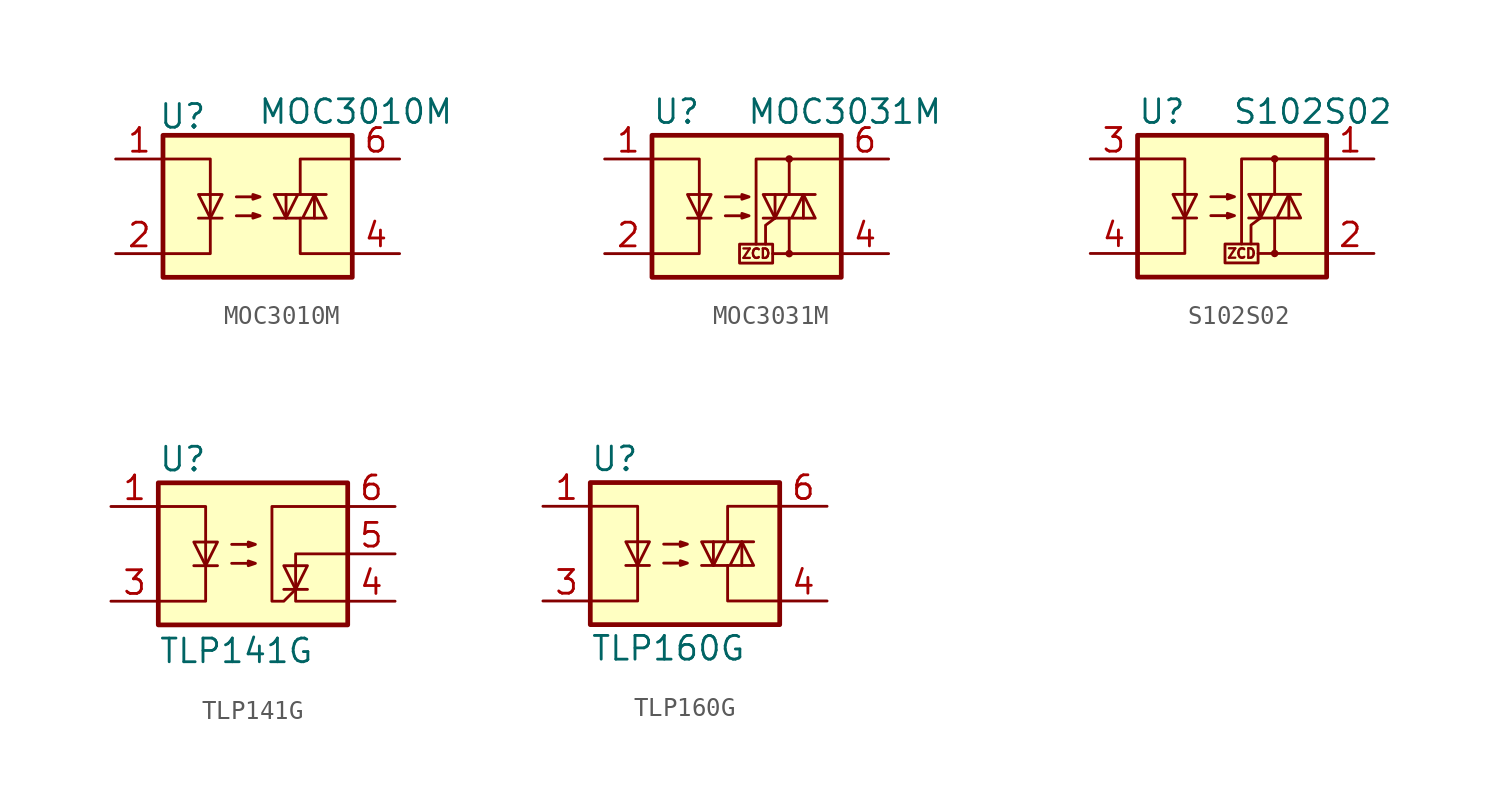
<source format=kicad_sym>
(kicad_symbol_lib
  (version 20211014)
  (generator kicad_symbol_editor)
  (symbol "MOC3010M"
    (property "Reference" "U"
      (at -5.334 4.826 0)
      (effects (font (size 1.27 1.27)) (justify left)))
    (property "Value" "MOC3010M"
      (at 0 5.08 0)
      (effects (font (size 1.27 1.27)) (justify left)))
    (symbol "MOC3010M_0_1"
      (rectangle (start -5.08 3.81) (end 5.08 -3.81) (stroke (width 0.254) (type default) (color 0 0 0 0)) (fill (type background)))
      (polyline (pts (xy -3.175 -0.635) (xy -1.905 -0.635)) (stroke (width 0) (type default) (color 0 0 0 0)) (fill (type none)))
      (polyline (pts (xy 1.524 -0.635) (xy 1.524 0.635)) (stroke (width 0) (type default) (color 0 0 0 0)) (fill (type none)))
      (polyline (pts (xy 3.048 0.635) (xy 3.048 -0.635)) (stroke (width 0) (type default) (color 0 0 0 0)) (fill (type none)))
      (polyline (pts (xy 2.286 -0.635) (xy 2.286 -2.54) (xy 5.08 -2.54)) (stroke (width 0) (type default) (color 0 0 0 0)) (fill (type none)))
      (polyline (pts (xy 2.286 0.635) (xy 2.286 2.54) (xy 5.08 2.54)) (stroke (width 0) (type default) (color 0 0 0 0)) (fill (type none)))
      (polyline (pts (xy -5.08 2.54) (xy -2.54 2.54) (xy -2.54 -2.54) (xy -5.08 -2.54)) (stroke (width 0) (type default) (color 0 0 0 0)) (fill (type none)))
      (polyline (pts (xy -2.54 -0.635) (xy -3.175 0.635) (xy -1.905 0.635) (xy -2.54 -0.635)) (stroke (width 0) (type default) (color 0 0 0 0)) (fill (type none)))
      (polyline (pts (xy 0.889 -0.635) (xy 3.683 -0.635) (xy 3.048 0.635) (xy 2.413 -0.635)) (stroke (width 0) (type default) (color 0 0 0 0)) (fill (type none)))
      (polyline (pts (xy 3.683 0.635) (xy 0.889 0.635) (xy 1.524 -0.635) (xy 2.159 0.635)) (stroke (width 0) (type default) (color 0 0 0 0)) (fill (type none)))
      (polyline (pts (xy -1.143 -0.508) (xy 0.127 -0.508) (xy -0.254 -0.635) (xy -0.254 -0.381) (xy 0.127 -0.508)) (stroke (width 0) (type default) (color 0 0 0 0)) (fill (type none)))
      (polyline (pts (xy -1.143 0.508) (xy 0.127 0.508) (xy -0.254 0.381) (xy -0.254 0.635) (xy 0.127 0.508)) (stroke (width 0) (type default) (color 0 0 0 0)) (fill (type none))))
    (symbol "MOC3010M_1_1"
      (pin passive line (at -7.62 2.54 0) (length 2.54) (name "~" (effects (font (size 1.27 1.27)))) (number "1" (effects (font (size 1.27 1.27)))))
      (pin passive line (at -7.62 -2.54 0) (length 2.54) (name "~" (effects (font (size 1.27 1.27)))) (number "2" (effects (font (size 1.27 1.27)))))
      (pin no_connect line (at -5.08 0 0) (length 2.54) hide (name "NC" (effects (font (size 1.27 1.27)))) (number "3" (effects (font (size 1.27 1.27)))))
      (pin passive line (at 7.62 -2.54 180) (length 2.54) (name "~" (effects (font (size 1.27 1.27)))) (number "4" (effects (font (size 1.27 1.27)))))
      (pin no_connect line (at 5.08 0 180) (length 2.54) hide (name "NC" (effects (font (size 1.27 1.27)))) (number "5" (effects (font (size 1.27 1.27)))))
      (pin passive line (at 7.62 2.54 180) (length 2.54) (name "~" (effects (font (size 1.27 1.27)))) (number "6" (effects (font (size 1.27 1.27)))))))
  (symbol "MOC3031M"
    (property "Reference" "U"
      (at -5.08 5.08 0)
      (effects (font (size 1.27 1.27)) (justify left)))
    (property "Value" "MOC3031M"
      (at 0 5.08 0)
      (effects (font (size 1.27 1.27)) (justify left)))
    (symbol "MOC3031M_0_0"
      (rectangle (start -0.381 -2.032) (end 1.397 -3.048) (stroke (width 0) (type default) (color 0 0 0 0)) (fill (type none)))
      (polyline (pts (xy 2.286 -2.54) (xy 1.397 -2.54)) (stroke (width 0) (type default) (color 0 0 0 0)) (fill (type none)))
      (polyline (pts (xy 1.524 -0.635) (xy 1.016 -1.016) (xy 1.016 -2.032)) (stroke (width 0) (type default) (color 0 0 0 0)) (fill (type none)))
      (text "ZCD" (at 0.508 -2.54 0) (effects (font (size 0.508 0.508)))))
    (symbol "MOC3031M_0_1"
      (rectangle (start -5.08 3.81) (end 5.08 -3.81) (stroke (width 0.254) (type default) (color 0 0 0 0)) (fill (type background)))
      (polyline (pts (xy -3.175 -0.635) (xy -1.905 -0.635)) (stroke (width 0) (type default) (color 0 0 0 0)) (fill (type none)))
      (polyline (pts (xy 1.524 -0.635) (xy 1.524 0.635)) (stroke (width 0) (type default) (color 0 0 0 0)) (fill (type none)))
      (polyline (pts (xy 3.048 0.635) (xy 3.048 -0.635)) (stroke (width 0) (type default) (color 0 0 0 0)) (fill (type none)))
      (polyline (pts (xy 2.286 -0.635) (xy 2.286 -2.54) (xy 5.08 -2.54)) (stroke (width 0) (type default) (color 0 0 0 0)) (fill (type none)))
      (polyline (pts (xy 2.286 0.635) (xy 2.286 2.54) (xy 5.08 2.54)) (stroke (width 0) (type default) (color 0 0 0 0)) (fill (type none)))
      (polyline (pts (xy 2.286 2.54) (xy 0.508 2.54) (xy 0.508 -2.032)) (stroke (width 0) (type default) (color 0 0 0 0)) (fill (type none)))
      (polyline (pts (xy -5.08 2.54) (xy -2.54 2.54) (xy -2.54 -2.54) (xy -5.08 -2.54)) (stroke (width 0) (type default) (color 0 0 0 0)) (fill (type none)))
      (polyline (pts (xy -2.54 -0.635) (xy -3.175 0.635) (xy -1.905 0.635) (xy -2.54 -0.635)) (stroke (width 0) (type default) (color 0 0 0 0)) (fill (type none)))
      (polyline (pts (xy 0.889 -0.635) (xy 3.683 -0.635) (xy 3.048 0.635) (xy 2.413 -0.635)) (stroke (width 0) (type default) (color 0 0 0 0)) (fill (type none)))
      (polyline (pts (xy 3.683 0.635) (xy 0.889 0.635) (xy 1.524 -0.635) (xy 2.159 0.635)) (stroke (width 0) (type default) (color 0 0 0 0)) (fill (type none)))
      (polyline (pts (xy -1.143 -0.508) (xy 0.127 -0.508) (xy -0.254 -0.635) (xy -0.254 -0.381) (xy 0.127 -0.508)) (stroke (width 0) (type default) (color 0 0 0 0)) (fill (type none)))
      (polyline (pts (xy -1.143 0.508) (xy 0.127 0.508) (xy -0.254 0.381) (xy -0.254 0.635) (xy 0.127 0.508)) (stroke (width 0) (type default) (color 0 0 0 0)) (fill (type none)))
      (circle (center 2.286 -2.54) (radius 0.127) (stroke (width 0) (type default) (color 0 0 0 0)) (fill (type none)))
      (circle (center 2.286 2.54) (radius 0.127) (stroke (width 0) (type default) (color 0 0 0 0)) (fill (type none))))
    (symbol "MOC3031M_1_1"
      (pin passive line (at -7.62 2.54 0) (length 2.54) (name "~" (effects (font (size 1.27 1.27)))) (number "1" (effects (font (size 1.27 1.27)))))
      (pin passive line (at -7.62 -2.54 0) (length 2.54) (name "~" (effects (font (size 1.27 1.27)))) (number "2" (effects (font (size 1.27 1.27)))))
      (pin no_connect line (at -5.08 0 0) (length 2.54) hide (name "NC" (effects (font (size 1.27 1.27)))) (number "3" (effects (font (size 1.27 1.27)))))
      (pin passive line (at 7.62 -2.54 180) (length 2.54) (name "~" (effects (font (size 1.27 1.27)))) (number "4" (effects (font (size 1.27 1.27)))))
      (pin no_connect line (at 5.08 0 180) (length 2.54) hide (name "NC" (effects (font (size 1.27 1.27)))) (number "5" (effects (font (size 1.27 1.27)))))
      (pin passive line (at 7.62 2.54 180) (length 2.54) (name "~" (effects (font (size 1.27 1.27)))) (number "6" (effects (font (size 1.27 1.27)))))))
  (symbol "S102S02"
    (property "Reference" "U"
      (at -5.08 5.08 0)
      (effects (font (size 1.27 1.27)) (justify left)))
    (property "Value" "S102S02"
      (at 0 5.08 0)
      (effects (font (size 1.27 1.27)) (justify left)))
    (symbol "S102S02_0_0"
      (rectangle (start -0.381 -2.032) (end 1.397 -3.048) (stroke (width 0) (type default) (color 0 0 0 0)) (fill (type none)))
      (polyline (pts (xy 2.286 -2.54) (xy 1.397 -2.54)) (stroke (width 0) (type default) (color 0 0 0 0)) (fill (type none)))
      (polyline (pts (xy 1.524 -0.635) (xy 1.016 -1.016) (xy 1.016 -2.032)) (stroke (width 0) (type default) (color 0 0 0 0)) (fill (type none)))
      (text "ZCD" (at 0.508 -2.54 0) (effects (font (size 0.508 0.508)))))
    (symbol "S102S02_0_1"
      (rectangle (start -5.08 3.81) (end 5.08 -3.81) (stroke (width 0.254) (type default) (color 0 0 0 0)) (fill (type background)))
      (polyline (pts (xy -3.175 -0.635) (xy -1.905 -0.635)) (stroke (width 0) (type default) (color 0 0 0 0)) (fill (type none)))
      (polyline (pts (xy 1.524 -0.635) (xy 1.524 0.635)) (stroke (width 0) (type default) (color 0 0 0 0)) (fill (type none)))
      (polyline (pts (xy 3.048 0.635) (xy 3.048 -0.635)) (stroke (width 0) (type default) (color 0 0 0 0)) (fill (type none)))
      (polyline (pts (xy 2.286 -0.635) (xy 2.286 -2.54) (xy 5.08 -2.54)) (stroke (width 0) (type default) (color 0 0 0 0)) (fill (type none)))
      (polyline (pts (xy 2.286 0.635) (xy 2.286 2.54) (xy 5.08 2.54)) (stroke (width 0) (type default) (color 0 0 0 0)) (fill (type none)))
      (polyline (pts (xy 2.286 2.54) (xy 0.508 2.54) (xy 0.508 -2.032)) (stroke (width 0) (type default) (color 0 0 0 0)) (fill (type none)))
      (polyline (pts (xy -5.08 2.54) (xy -2.54 2.54) (xy -2.54 -2.54) (xy -5.08 -2.54)) (stroke (width 0) (type default) (color 0 0 0 0)) (fill (type none)))
      (polyline (pts (xy -2.54 -0.635) (xy -3.175 0.635) (xy -1.905 0.635) (xy -2.54 -0.635)) (stroke (width 0) (type default) (color 0 0 0 0)) (fill (type none)))
      (polyline (pts (xy 0.889 -0.635) (xy 3.683 -0.635) (xy 3.048 0.635) (xy 2.413 -0.635)) (stroke (width 0) (type default) (color 0 0 0 0)) (fill (type none)))
      (polyline (pts (xy 3.683 0.635) (xy 0.889 0.635) (xy 1.524 -0.635) (xy 2.159 0.635)) (stroke (width 0) (type default) (color 0 0 0 0)) (fill (type none)))
      (polyline (pts (xy -1.143 -0.508) (xy 0.127 -0.508) (xy -0.254 -0.635) (xy -0.254 -0.381) (xy 0.127 -0.508)) (stroke (width 0) (type default) (color 0 0 0 0)) (fill (type none)))
      (polyline (pts (xy -1.143 0.508) (xy 0.127 0.508) (xy -0.254 0.381) (xy -0.254 0.635) (xy 0.127 0.508)) (stroke (width 0) (type default) (color 0 0 0 0)) (fill (type none)))
      (circle (center 2.286 -2.54) (radius 0.127) (stroke (width 0) (type default) (color 0 0 0 0)) (fill (type none)))
      (circle (center 2.286 2.54) (radius 0.127) (stroke (width 0) (type default) (color 0 0 0 0)) (fill (type none))))
    (symbol "S102S02_1_1"
      (pin passive line (at 7.62 2.54 180) (length 2.54) (name "~" (effects (font (size 1.27 1.27)))) (number "1" (effects (font (size 1.27 1.27)))))
      (pin passive line (at 7.62 -2.54 180) (length 2.54) (name "~" (effects (font (size 1.27 1.27)))) (number "2" (effects (font (size 1.27 1.27)))))
      (pin passive line (at -7.62 2.54 0) (length 2.54) (name "~" (effects (font (size 1.27 1.27)))) (number "3" (effects (font (size 1.27 1.27)))))
      (pin passive line (at -7.62 -2.54 0) (length 2.54) (name "~" (effects (font (size 1.27 1.27)))) (number "4" (effects (font (size 1.27 1.27)))))))
  (symbol "TLP141G"
    (property "Reference" "U"
      (at -5.08 5.08 0)
      (effects (font (size 1.27 1.27)) (justify left)))
    (property "Value" "TLP141G"
      (at -5.08 -5.207 0)
      (effects (font (size 1.27 1.27)) (justify left)))
    (symbol "TLP141G_0_1"
      (rectangle (start -5.08 3.81) (end 5.08 -3.81) (stroke (width 0.254) (type default) (color 0 0 0 0)) (fill (type background)))
      (polyline (pts (xy -3.175 -0.635) (xy -1.905 -0.635)) (stroke (width 0) (type default) (color 0 0 0 0)) (fill (type none)))
      (polyline (pts (xy 1.651 -1.905) (xy 2.921 -1.905)) (stroke (width 0) (type default) (color 0 0 0 0)) (fill (type none)))
      (polyline (pts (xy -5.08 2.54) (xy -2.54 2.54) (xy -2.54 -2.54) (xy -5.08 -2.54)) (stroke (width 0) (type default) (color 0 0 0 0)) (fill (type none)))
      (polyline (pts (xy -2.54 -0.635) (xy -3.175 0.635) (xy -1.905 0.635) (xy -2.54 -0.635)) (stroke (width 0) (type default) (color 0 0 0 0)) (fill (type none)))
      (polyline (pts (xy 2.921 -0.635) (xy 1.651 -0.635) (xy 2.286 -1.905) (xy 2.921 -0.635)) (stroke (width 0) (type default) (color 0 0 0 0)) (fill (type none)))
      (polyline (pts (xy 5.08 0) (xy 2.286 0) (xy 2.286 -2.54) (xy 5.08 -2.54)) (stroke (width 0) (type default) (color 0 0 0 0)) (fill (type none)))
      (polyline (pts (xy -1.143 -0.508) (xy 0.127 -0.508) (xy -0.254 -0.635) (xy -0.254 -0.381) (xy 0.127 -0.508)) (stroke (width 0) (type default) (color 0 0 0 0)) (fill (type none)))
      (polyline (pts (xy -1.143 0.508) (xy 0.127 0.508) (xy -0.254 0.381) (xy -0.254 0.635) (xy 0.127 0.508)) (stroke (width 0) (type default) (color 0 0 0 0)) (fill (type none)))
      (polyline (pts (xy 2.286 -1.905) (xy 1.651 -2.54) (xy 1.016 -2.54) (xy 1.016 2.54) (xy 5.08 2.54)) (stroke (width 0) (type default) (color 0 0 0 0)) (fill (type none))))
    (symbol "TLP141G_1_1"
      (pin passive line (at -7.62 2.54 0) (length 2.54) (name "~" (effects (font (size 1.27 1.27)))) (number "1" (effects (font (size 1.27 1.27)))))
      (pin passive line (at -7.62 -2.54 0) (length 2.54) (name "~" (effects (font (size 1.27 1.27)))) (number "3" (effects (font (size 1.27 1.27)))))
      (pin passive line (at 7.62 -2.54 180) (length 2.54) (name "~" (effects (font (size 1.27 1.27)))) (number "4" (effects (font (size 1.27 1.27)))))
      (pin passive line (at 7.62 0 180) (length 2.54) (name "~" (effects (font (size 1.27 1.27)))) (number "5" (effects (font (size 1.27 1.27)))))
      (pin passive line (at 7.62 2.54 180) (length 2.54) (name "~" (effects (font (size 1.27 1.27)))) (number "6" (effects (font (size 1.27 1.27)))))))
  (symbol "TLP160G"
    (property "Reference" "U"
      (at -5.08 5.08 0)
      (effects (font (size 1.27 1.27)) (justify left)))
    (property "Value" "TLP160G"
      (at -5.08 -5.08 0)
      (effects (font (size 1.27 1.27)) (justify left)))
    (symbol "TLP160G_0_1"
      (rectangle (start -5.08 3.81) (end 5.08 -3.81) (stroke (width 0.254) (type default) (color 0 0 0 0)) (fill (type background)))
      (polyline (pts (xy -3.175 -0.635) (xy -1.905 -0.635)) (stroke (width 0) (type default) (color 0 0 0 0)) (fill (type none)))
      (polyline (pts (xy 1.524 -0.635) (xy 1.524 0.635)) (stroke (width 0) (type default) (color 0 0 0 0)) (fill (type none)))
      (polyline (pts (xy 3.048 0.635) (xy 3.048 -0.635)) (stroke (width 0) (type default) (color 0 0 0 0)) (fill (type none)))
      (polyline (pts (xy 2.286 -0.635) (xy 2.286 -2.54) (xy 5.08 -2.54)) (stroke (width 0) (type default) (color 0 0 0 0)) (fill (type none)))
      (polyline (pts (xy 2.286 0.635) (xy 2.286 2.54) (xy 5.08 2.54)) (stroke (width 0) (type default) (color 0 0 0 0)) (fill (type none)))
      (polyline (pts (xy -5.08 2.54) (xy -2.54 2.54) (xy -2.54 -2.54) (xy -5.08 -2.54)) (stroke (width 0) (type default) (color 0 0 0 0)) (fill (type none)))
      (polyline (pts (xy -2.54 -0.635) (xy -3.175 0.635) (xy -1.905 0.635) (xy -2.54 -0.635)) (stroke (width 0) (type default) (color 0 0 0 0)) (fill (type none)))
      (polyline (pts (xy 0.889 -0.635) (xy 3.683 -0.635) (xy 3.048 0.635) (xy 2.413 -0.635)) (stroke (width 0) (type default) (color 0 0 0 0)) (fill (type none)))
      (polyline (pts (xy 3.683 0.635) (xy 0.889 0.635) (xy 1.524 -0.635) (xy 2.159 0.635)) (stroke (width 0) (type default) (color 0 0 0 0)) (fill (type none)))
      (polyline (pts (xy -1.143 -0.508) (xy 0.127 -0.508) (xy -0.254 -0.635) (xy -0.254 -0.381) (xy 0.127 -0.508)) (stroke (width 0) (type default) (color 0 0 0 0)) (fill (type none)))
      (polyline (pts (xy -1.143 0.508) (xy 0.127 0.508) (xy -0.254 0.381) (xy -0.254 0.635) (xy 0.127 0.508)) (stroke (width 0) (type default) (color 0 0 0 0)) (fill (type none))))
    (symbol "TLP160G_1_1"
      (pin passive line (at -7.62 2.54 0) (length 2.54) (name "~" (effects (font (size 1.27 1.27)))) (number "1" (effects (font (size 1.27 1.27)))))
      (pin passive line (at -7.62 -2.54 0) (length 2.54) (name "~" (effects (font (size 1.27 1.27)))) (number "3" (effects (font (size 1.27 1.27)))))
      (pin passive line (at 7.62 -2.54 180) (length 2.54) (name "~" (effects (font (size 1.27 1.27)))) (number "4" (effects (font (size 1.27 1.27)))))
      (pin passive line (at 7.62 2.54 180) (length 2.54) (name "~" (effects (font (size 1.27 1.27)))) (number "6" (effects (font (size 1.27 1.27))))))))
</source>
